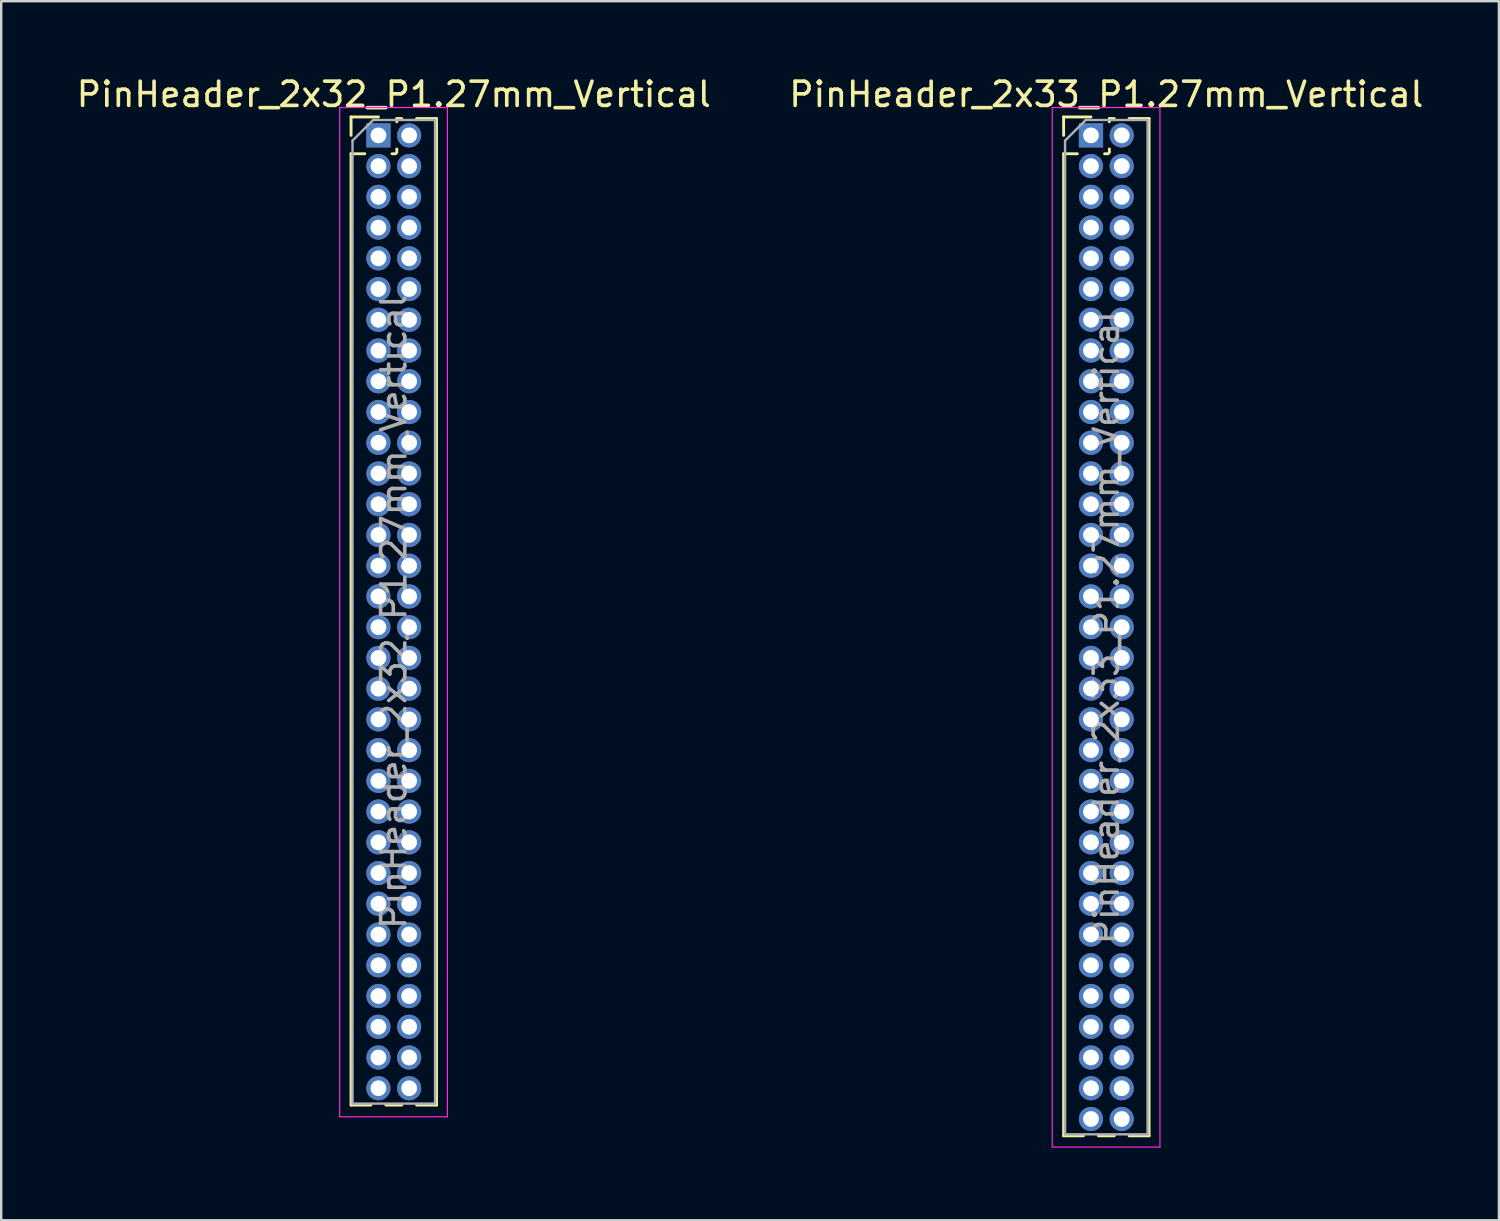
<source format=kicad_pcb>
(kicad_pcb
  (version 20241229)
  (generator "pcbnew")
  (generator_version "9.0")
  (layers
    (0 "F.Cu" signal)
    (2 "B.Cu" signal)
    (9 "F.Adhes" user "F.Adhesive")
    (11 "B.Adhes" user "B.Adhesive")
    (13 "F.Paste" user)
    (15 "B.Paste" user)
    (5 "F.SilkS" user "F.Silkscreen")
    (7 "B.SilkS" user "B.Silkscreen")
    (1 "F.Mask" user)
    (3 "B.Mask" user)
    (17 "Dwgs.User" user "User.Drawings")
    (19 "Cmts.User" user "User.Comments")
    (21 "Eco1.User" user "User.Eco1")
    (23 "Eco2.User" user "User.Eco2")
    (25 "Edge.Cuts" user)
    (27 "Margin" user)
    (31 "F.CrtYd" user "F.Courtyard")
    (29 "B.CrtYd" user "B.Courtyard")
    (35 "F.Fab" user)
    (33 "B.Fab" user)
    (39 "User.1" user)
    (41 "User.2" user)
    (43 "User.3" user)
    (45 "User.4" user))
  (footprint "PinHeader_2x33_P1.27mm_Vertical"
    (layer "F.Cu")
    (at 42.026 2.543)
    (property "Reference" "PinHeader_2x33_P1.27mm_Vertical" (at 0.635 -1.695 0) (layer "F.SilkS") (effects (font (size 1 1) (thickness 0.15))))
    (attr through_hole)
    (fp_line (start -1.13 -0.76) (end 0 -0.76) (stroke (width 0.12) (type solid)) (layer "F.SilkS"))
    (fp_line (start -1.13 0) (end -1.13 -0.76) (stroke (width 0.12) (type solid)) (layer "F.SilkS"))
    (fp_line (start -1.13 0.76) (end -1.13 41.335) (stroke (width 0.12) (type solid)) (layer "F.SilkS"))
    (fp_line (start -1.13 0.76) (end -0.563 0.76) (stroke (width 0.12) (type solid)) (layer "F.SilkS"))
    (fp_line (start -1.13 41.335) (end -0.308 41.335) (stroke (width 0.12) (type solid)) (layer "F.SilkS"))
    (fp_line (start 0.308 41.335) (end 0.962 41.335) (stroke (width 0.12) (type solid)) (layer "F.SilkS"))
    (fp_line (start 0.563 0.76) (end 0.707 0.76) (stroke (width 0.12) (type solid)) (layer "F.SilkS"))
    (fp_line (start 0.76 -0.695) (end 0.962 -0.695) (stroke (width 0.12) (type solid)) (layer "F.SilkS"))
    (fp_line (start 0.76 -0.563) (end 0.76 -0.695) (stroke (width 0.12) (type solid)) (layer "F.SilkS"))
    (fp_line (start 0.76 0.707) (end 0.76 0.563) (stroke (width 0.12) (type solid)) (layer "F.SilkS"))
    (fp_line (start 1.578 -0.695) (end 2.4 -0.695) (stroke (width 0.12) (type solid)) (layer "F.SilkS"))
    (fp_line (start 1.578 41.335) (end 2.4 41.335) (stroke (width 0.12) (type solid)) (layer "F.SilkS"))
    (fp_line (start 2.4 -0.695) (end 2.4 41.335) (stroke (width 0.12) (type solid)) (layer "F.SilkS"))
    (fp_line (start -1.6 -1.15) (end -1.6 41.8) (stroke (width 0.05) (type solid)) (layer "F.CrtYd"))
    (fp_line (start -1.6 41.8) (end 2.85 41.8) (stroke (width 0.05) (type solid)) (layer "F.CrtYd"))
    (fp_line (start 2.85 -1.15) (end -1.6 -1.15) (stroke (width 0.05) (type solid)) (layer "F.CrtYd"))
    (fp_line (start 2.85 41.8) (end 2.85 -1.15) (stroke (width 0.05) (type solid)) (layer "F.CrtYd"))
    (fp_line (start -1.07 0.217) (end -0.217 -0.635) (stroke (width 0.1) (type solid)) (layer "F.Fab"))
    (fp_line (start -1.07 41.275) (end -1.07 0.217) (stroke (width 0.1) (type solid)) (layer "F.Fab"))
    (fp_line (start -0.217 -0.635) (end 2.34 -0.635) (stroke (width 0.1) (type solid)) (layer "F.Fab"))
    (fp_line (start 2.34 -0.635) (end 2.34 41.275) (stroke (width 0.1) (type solid)) (layer "F.Fab"))
    (fp_line (start 2.34 41.275) (end -1.07 41.275) (stroke (width 0.1) (type solid)) (layer "F.Fab"))
    (fp_text user "${REFERENCE}" (at 0.635 20.32 90) (layer "F.Fab") (effects (font (size 1 1) (thickness 0.15))))
    (pad "1" thru_hole rect (at 0 0) (size 1 1) (drill 0.65) (layers "*.Cu" "*.Mask"))
    (pad "2" thru_hole oval (at 1.27 0) (size 1 1) (drill 0.65) (layers "*.Cu" "*.Mask"))
    (pad "3" thru_hole oval (at 0 1.27) (size 1 1) (drill 0.65) (layers "*.Cu" "*.Mask"))
    (pad "4" thru_hole oval (at 1.27 1.27) (size 1 1) (drill 0.65) (layers "*.Cu" "*.Mask"))
    (pad "5" thru_hole oval (at 0 2.54) (size 1 1) (drill 0.65) (layers "*.Cu" "*.Mask"))
    (pad "6" thru_hole oval (at 1.27 2.54) (size 1 1) (drill 0.65) (layers "*.Cu" "*.Mask"))
    (pad "7" thru_hole oval (at 0 3.81) (size 1 1) (drill 0.65) (layers "*.Cu" "*.Mask"))
    (pad "8" thru_hole oval (at 1.27 3.81) (size 1 1) (drill 0.65) (layers "*.Cu" "*.Mask"))
    (pad "9" thru_hole oval (at 0 5.08) (size 1 1) (drill 0.65) (layers "*.Cu" "*.Mask"))
    (pad "10" thru_hole oval (at 1.27 5.08) (size 1 1) (drill 0.65) (layers "*.Cu" "*.Mask"))
    (pad "11" thru_hole oval (at 0 6.35) (size 1 1) (drill 0.65) (layers "*.Cu" "*.Mask"))
    (pad "12" thru_hole oval (at 1.27 6.35) (size 1 1) (drill 0.65) (layers "*.Cu" "*.Mask"))
    (pad "13" thru_hole oval (at 0 7.62) (size 1 1) (drill 0.65) (layers "*.Cu" "*.Mask"))
    (pad "14" thru_hole oval (at 1.27 7.62) (size 1 1) (drill 0.65) (layers "*.Cu" "*.Mask"))
    (pad "15" thru_hole oval (at 0 8.89) (size 1 1) (drill 0.65) (layers "*.Cu" "*.Mask"))
    (pad "16" thru_hole oval (at 1.27 8.89) (size 1 1) (drill 0.65) (layers "*.Cu" "*.Mask"))
    (pad "17" thru_hole oval (at 0 10.16) (size 1 1) (drill 0.65) (layers "*.Cu" "*.Mask"))
    (pad "18" thru_hole oval (at 1.27 10.16) (size 1 1) (drill 0.65) (layers "*.Cu" "*.Mask"))
    (pad "19" thru_hole oval (at 0 11.43) (size 1 1) (drill 0.65) (layers "*.Cu" "*.Mask"))
    (pad "20" thru_hole oval (at 1.27 11.43) (size 1 1) (drill 0.65) (layers "*.Cu" "*.Mask"))
    (pad "21" thru_hole oval (at 0 12.7) (size 1 1) (drill 0.65) (layers "*.Cu" "*.Mask"))
    (pad "22" thru_hole oval (at 1.27 12.7) (size 1 1) (drill 0.65) (layers "*.Cu" "*.Mask"))
    (pad "23" thru_hole oval (at 0 13.97) (size 1 1) (drill 0.65) (layers "*.Cu" "*.Mask"))
    (pad "24" thru_hole oval (at 1.27 13.97) (size 1 1) (drill 0.65) (layers "*.Cu" "*.Mask"))
    (pad "25" thru_hole oval (at 0 15.24) (size 1 1) (drill 0.65) (layers "*.Cu" "*.Mask"))
    (pad "26" thru_hole oval (at 1.27 15.24) (size 1 1) (drill 0.65) (layers "*.Cu" "*.Mask"))
    (pad "27" thru_hole oval (at 0 16.51) (size 1 1) (drill 0.65) (layers "*.Cu" "*.Mask"))
    (pad "28" thru_hole oval (at 1.27 16.51) (size 1 1) (drill 0.65) (layers "*.Cu" "*.Mask"))
    (pad "29" thru_hole oval (at 0 17.78) (size 1 1) (drill 0.65) (layers "*.Cu" "*.Mask"))
    (pad "30" thru_hole oval (at 1.27 17.78) (size 1 1) (drill 0.65) (layers "*.Cu" "*.Mask"))
    (pad "31" thru_hole oval (at 0 19.05) (size 1 1) (drill 0.65) (layers "*.Cu" "*.Mask"))
    (pad "32" thru_hole oval (at 1.27 19.05) (size 1 1) (drill 0.65) (layers "*.Cu" "*.Mask"))
    (pad "33" thru_hole oval (at 0 20.32) (size 1 1) (drill 0.65) (layers "*.Cu" "*.Mask"))
    (pad "34" thru_hole oval (at 1.27 20.32) (size 1 1) (drill 0.65) (layers "*.Cu" "*.Mask"))
    (pad "35" thru_hole oval (at 0 21.59) (size 1 1) (drill 0.65) (layers "*.Cu" "*.Mask"))
    (pad "36" thru_hole oval (at 1.27 21.59) (size 1 1) (drill 0.65) (layers "*.Cu" "*.Mask"))
    (pad "37" thru_hole oval (at 0 22.86) (size 1 1) (drill 0.65) (layers "*.Cu" "*.Mask"))
    (pad "38" thru_hole oval (at 1.27 22.86) (size 1 1) (drill 0.65) (layers "*.Cu" "*.Mask"))
    (pad "39" thru_hole oval (at 0 24.13) (size 1 1) (drill 0.65) (layers "*.Cu" "*.Mask"))
    (pad "40" thru_hole oval (at 1.27 24.13) (size 1 1) (drill 0.65) (layers "*.Cu" "*.Mask"))
    (pad "41" thru_hole oval (at 0 25.4) (size 1 1) (drill 0.65) (layers "*.Cu" "*.Mask"))
    (pad "42" thru_hole oval (at 1.27 25.4) (size 1 1) (drill 0.65) (layers "*.Cu" "*.Mask"))
    (pad "43" thru_hole oval (at 0 26.67) (size 1 1) (drill 0.65) (layers "*.Cu" "*.Mask"))
    (pad "44" thru_hole oval (at 1.27 26.67) (size 1 1) (drill 0.65) (layers "*.Cu" "*.Mask"))
    (pad "45" thru_hole oval (at 0 27.94) (size 1 1) (drill 0.65) (layers "*.Cu" "*.Mask"))
    (pad "46" thru_hole oval (at 1.27 27.94) (size 1 1) (drill 0.65) (layers "*.Cu" "*.Mask"))
    (pad "47" thru_hole oval (at 0 29.21) (size 1 1) (drill 0.65) (layers "*.Cu" "*.Mask"))
    (pad "48" thru_hole oval (at 1.27 29.21) (size 1 1) (drill 0.65) (layers "*.Cu" "*.Mask"))
    (pad "49" thru_hole oval (at 0 30.48) (size 1 1) (drill 0.65) (layers "*.Cu" "*.Mask"))
    (pad "50" thru_hole oval (at 1.27 30.48) (size 1 1) (drill 0.65) (layers "*.Cu" "*.Mask"))
    (pad "51" thru_hole oval (at 0 31.75) (size 1 1) (drill 0.65) (layers "*.Cu" "*.Mask"))
    (pad "52" thru_hole oval (at 1.27 31.75) (size 1 1) (drill 0.65) (layers "*.Cu" "*.Mask"))
    (pad "53" thru_hole oval (at 0 33.02) (size 1 1) (drill 0.65) (layers "*.Cu" "*.Mask"))
    (pad "54" thru_hole oval (at 1.27 33.02) (size 1 1) (drill 0.65) (layers "*.Cu" "*.Mask"))
    (pad "55" thru_hole oval (at 0 34.29) (size 1 1) (drill 0.65) (layers "*.Cu" "*.Mask"))
    (pad "56" thru_hole oval (at 1.27 34.29) (size 1 1) (drill 0.65) (layers "*.Cu" "*.Mask"))
    (pad "57" thru_hole oval (at 0 35.56) (size 1 1) (drill 0.65) (layers "*.Cu" "*.Mask"))
    (pad "58" thru_hole oval (at 1.27 35.56) (size 1 1) (drill 0.65) (layers "*.Cu" "*.Mask"))
    (pad "59" thru_hole oval (at 0 36.83) (size 1 1) (drill 0.65) (layers "*.Cu" "*.Mask"))
    (pad "60" thru_hole oval (at 1.27 36.83) (size 1 1) (drill 0.65) (layers "*.Cu" "*.Mask"))
    (pad "61" thru_hole oval (at 0 38.1) (size 1 1) (drill 0.65) (layers "*.Cu" "*.Mask"))
    (pad "62" thru_hole oval (at 1.27 38.1) (size 1 1) (drill 0.65) (layers "*.Cu" "*.Mask"))
    (pad "63" thru_hole oval (at 0 39.37) (size 1 1) (drill 0.65) (layers "*.Cu" "*.Mask"))
    (pad "64" thru_hole oval (at 1.27 39.37) (size 1 1) (drill 0.65) (layers "*.Cu" "*.Mask"))
    (pad "65" thru_hole oval (at 0 40.64) (size 1 1) (drill 0.65) (layers "*.Cu" "*.Mask"))
    (pad "66" thru_hole oval (at 1.27 40.64) (size 1 1) (drill 0.65) (layers "*.Cu" "*.Mask")))
  (footprint "PinHeader_2x32_P1.27mm_Vertical"
    (layer "F.Cu")
    (at 12.585 2.543)
    (property "Reference" "PinHeader_2x32_P1.27mm_Vertical" (at 0.635 -1.695 0) (layer "F.SilkS") (effects (font (size 1 1) (thickness 0.15))))
    (attr through_hole)
    (fp_line (start -1.13 -0.76) (end 0 -0.76) (stroke (width 0.12) (type solid)) (layer "F.SilkS"))
    (fp_line (start -1.13 0) (end -1.13 -0.76) (stroke (width 0.12) (type solid)) (layer "F.SilkS"))
    (fp_line (start -1.13 0.76) (end -1.13 40.065) (stroke (width 0.12) (type solid)) (layer "F.SilkS"))
    (fp_line (start -1.13 0.76) (end -0.563 0.76) (stroke (width 0.12) (type solid)) (layer "F.SilkS"))
    (fp_line (start -1.13 40.065) (end -0.308 40.065) (stroke (width 0.12) (type solid)) (layer "F.SilkS"))
    (fp_line (start 0.308 40.065) (end 0.962 40.065) (stroke (width 0.12) (type solid)) (layer "F.SilkS"))
    (fp_line (start 0.563 0.76) (end 0.707 0.76) (stroke (width 0.12) (type solid)) (layer "F.SilkS"))
    (fp_line (start 0.76 -0.695) (end 0.962 -0.695) (stroke (width 0.12) (type solid)) (layer "F.SilkS"))
    (fp_line (start 0.76 -0.563) (end 0.76 -0.695) (stroke (width 0.12) (type solid)) (layer "F.SilkS"))
    (fp_line (start 0.76 0.707) (end 0.76 0.563) (stroke (width 0.12) (type solid)) (layer "F.SilkS"))
    (fp_line (start 1.578 -0.695) (end 2.4 -0.695) (stroke (width 0.12) (type solid)) (layer "F.SilkS"))
    (fp_line (start 1.578 40.065) (end 2.4 40.065) (stroke (width 0.12) (type solid)) (layer "F.SilkS"))
    (fp_line (start 2.4 -0.695) (end 2.4 40.065) (stroke (width 0.12) (type solid)) (layer "F.SilkS"))
    (fp_line (start -1.6 -1.15) (end -1.6 40.55) (stroke (width 0.05) (type solid)) (layer "F.CrtYd"))
    (fp_line (start -1.6 40.55) (end 2.85 40.55) (stroke (width 0.05) (type solid)) (layer "F.CrtYd"))
    (fp_line (start 2.85 -1.15) (end -1.6 -1.15) (stroke (width 0.05) (type solid)) (layer "F.CrtYd"))
    (fp_line (start 2.85 40.55) (end 2.85 -1.15) (stroke (width 0.05) (type solid)) (layer "F.CrtYd"))
    (fp_line (start -1.07 0.217) (end -0.217 -0.635) (stroke (width 0.1) (type solid)) (layer "F.Fab"))
    (fp_line (start -1.07 40.005) (end -1.07 0.217) (stroke (width 0.1) (type solid)) (layer "F.Fab"))
    (fp_line (start -0.217 -0.635) (end 2.34 -0.635) (stroke (width 0.1) (type solid)) (layer "F.Fab"))
    (fp_line (start 2.34 -0.635) (end 2.34 40.005) (stroke (width 0.1) (type solid)) (layer "F.Fab"))
    (fp_line (start 2.34 40.005) (end -1.07 40.005) (stroke (width 0.1) (type solid)) (layer "F.Fab"))
    (fp_text user "${REFERENCE}" (at 0.635 19.685 90) (layer "F.Fab") (effects (font (size 1 1) (thickness 0.15))))
    (pad "1" thru_hole rect (at 0 0) (size 1 1) (drill 0.65) (layers "*.Cu" "*.Mask"))
    (pad "2" thru_hole oval (at 1.27 0) (size 1 1) (drill 0.65) (layers "*.Cu" "*.Mask"))
    (pad "3" thru_hole oval (at 0 1.27) (size 1 1) (drill 0.65) (layers "*.Cu" "*.Mask"))
    (pad "4" thru_hole oval (at 1.27 1.27) (size 1 1) (drill 0.65) (layers "*.Cu" "*.Mask"))
    (pad "5" thru_hole oval (at 0 2.54) (size 1 1) (drill 0.65) (layers "*.Cu" "*.Mask"))
    (pad "6" thru_hole oval (at 1.27 2.54) (size 1 1) (drill 0.65) (layers "*.Cu" "*.Mask"))
    (pad "7" thru_hole oval (at 0 3.81) (size 1 1) (drill 0.65) (layers "*.Cu" "*.Mask"))
    (pad "8" thru_hole oval (at 1.27 3.81) (size 1 1) (drill 0.65) (layers "*.Cu" "*.Mask"))
    (pad "9" thru_hole oval (at 0 5.08) (size 1 1) (drill 0.65) (layers "*.Cu" "*.Mask"))
    (pad "10" thru_hole oval (at 1.27 5.08) (size 1 1) (drill 0.65) (layers "*.Cu" "*.Mask"))
    (pad "11" thru_hole oval (at 0 6.35) (size 1 1) (drill 0.65) (layers "*.Cu" "*.Mask"))
    (pad "12" thru_hole oval (at 1.27 6.35) (size 1 1) (drill 0.65) (layers "*.Cu" "*.Mask"))
    (pad "13" thru_hole oval (at 0 7.62) (size 1 1) (drill 0.65) (layers "*.Cu" "*.Mask"))
    (pad "14" thru_hole oval (at 1.27 7.62) (size 1 1) (drill 0.65) (layers "*.Cu" "*.Mask"))
    (pad "15" thru_hole oval (at 0 8.89) (size 1 1) (drill 0.65) (layers "*.Cu" "*.Mask"))
    (pad "16" thru_hole oval (at 1.27 8.89) (size 1 1) (drill 0.65) (layers "*.Cu" "*.Mask"))
    (pad "17" thru_hole oval (at 0 10.16) (size 1 1) (drill 0.65) (layers "*.Cu" "*.Mask"))
    (pad "18" thru_hole oval (at 1.27 10.16) (size 1 1) (drill 0.65) (layers "*.Cu" "*.Mask"))
    (pad "19" thru_hole oval (at 0 11.43) (size 1 1) (drill 0.65) (layers "*.Cu" "*.Mask"))
    (pad "20" thru_hole oval (at 1.27 11.43) (size 1 1) (drill 0.65) (layers "*.Cu" "*.Mask"))
    (pad "21" thru_hole oval (at 0 12.7) (size 1 1) (drill 0.65) (layers "*.Cu" "*.Mask"))
    (pad "22" thru_hole oval (at 1.27 12.7) (size 1 1) (drill 0.65) (layers "*.Cu" "*.Mask"))
    (pad "23" thru_hole oval (at 0 13.97) (size 1 1) (drill 0.65) (layers "*.Cu" "*.Mask"))
    (pad "24" thru_hole oval (at 1.27 13.97) (size 1 1) (drill 0.65) (layers "*.Cu" "*.Mask"))
    (pad "25" thru_hole oval (at 0 15.24) (size 1 1) (drill 0.65) (layers "*.Cu" "*.Mask"))
    (pad "26" thru_hole oval (at 1.27 15.24) (size 1 1) (drill 0.65) (layers "*.Cu" "*.Mask"))
    (pad "27" thru_hole oval (at 0 16.51) (size 1 1) (drill 0.65) (layers "*.Cu" "*.Mask"))
    (pad "28" thru_hole oval (at 1.27 16.51) (size 1 1) (drill 0.65) (layers "*.Cu" "*.Mask"))
    (pad "29" thru_hole oval (at 0 17.78) (size 1 1) (drill 0.65) (layers "*.Cu" "*.Mask"))
    (pad "30" thru_hole oval (at 1.27 17.78) (size 1 1) (drill 0.65) (layers "*.Cu" "*.Mask"))
    (pad "31" thru_hole oval (at 0 19.05) (size 1 1) (drill 0.65) (layers "*.Cu" "*.Mask"))
    (pad "32" thru_hole oval (at 1.27 19.05) (size 1 1) (drill 0.65) (layers "*.Cu" "*.Mask"))
    (pad "33" thru_hole oval (at 0 20.32) (size 1 1) (drill 0.65) (layers "*.Cu" "*.Mask"))
    (pad "34" thru_hole oval (at 1.27 20.32) (size 1 1) (drill 0.65) (layers "*.Cu" "*.Mask"))
    (pad "35" thru_hole oval (at 0 21.59) (size 1 1) (drill 0.65) (layers "*.Cu" "*.Mask"))
    (pad "36" thru_hole oval (at 1.27 21.59) (size 1 1) (drill 0.65) (layers "*.Cu" "*.Mask"))
    (pad "37" thru_hole oval (at 0 22.86) (size 1 1) (drill 0.65) (layers "*.Cu" "*.Mask"))
    (pad "38" thru_hole oval (at 1.27 22.86) (size 1 1) (drill 0.65) (layers "*.Cu" "*.Mask"))
    (pad "39" thru_hole oval (at 0 24.13) (size 1 1) (drill 0.65) (layers "*.Cu" "*.Mask"))
    (pad "40" thru_hole oval (at 1.27 24.13) (size 1 1) (drill 0.65) (layers "*.Cu" "*.Mask"))
    (pad "41" thru_hole oval (at 0 25.4) (size 1 1) (drill 0.65) (layers "*.Cu" "*.Mask"))
    (pad "42" thru_hole oval (at 1.27 25.4) (size 1 1) (drill 0.65) (layers "*.Cu" "*.Mask"))
    (pad "43" thru_hole oval (at 0 26.67) (size 1 1) (drill 0.65) (layers "*.Cu" "*.Mask"))
    (pad "44" thru_hole oval (at 1.27 26.67) (size 1 1) (drill 0.65) (layers "*.Cu" "*.Mask"))
    (pad "45" thru_hole oval (at 0 27.94) (size 1 1) (drill 0.65) (layers "*.Cu" "*.Mask"))
    (pad "46" thru_hole oval (at 1.27 27.94) (size 1 1) (drill 0.65) (layers "*.Cu" "*.Mask"))
    (pad "47" thru_hole oval (at 0 29.21) (size 1 1) (drill 0.65) (layers "*.Cu" "*.Mask"))
    (pad "48" thru_hole oval (at 1.27 29.21) (size 1 1) (drill 0.65) (layers "*.Cu" "*.Mask"))
    (pad "49" thru_hole oval (at 0 30.48) (size 1 1) (drill 0.65) (layers "*.Cu" "*.Mask"))
    (pad "50" thru_hole oval (at 1.27 30.48) (size 1 1) (drill 0.65) (layers "*.Cu" "*.Mask"))
    (pad "51" thru_hole oval (at 0 31.75) (size 1 1) (drill 0.65) (layers "*.Cu" "*.Mask"))
    (pad "52" thru_hole oval (at 1.27 31.75) (size 1 1) (drill 0.65) (layers "*.Cu" "*.Mask"))
    (pad "53" thru_hole oval (at 0 33.02) (size 1 1) (drill 0.65) (layers "*.Cu" "*.Mask"))
    (pad "54" thru_hole oval (at 1.27 33.02) (size 1 1) (drill 0.65) (layers "*.Cu" "*.Mask"))
    (pad "55" thru_hole oval (at 0 34.29) (size 1 1) (drill 0.65) (layers "*.Cu" "*.Mask"))
    (pad "56" thru_hole oval (at 1.27 34.29) (size 1 1) (drill 0.65) (layers "*.Cu" "*.Mask"))
    (pad "57" thru_hole oval (at 0 35.56) (size 1 1) (drill 0.65) (layers "*.Cu" "*.Mask"))
    (pad "58" thru_hole oval (at 1.27 35.56) (size 1 1) (drill 0.65) (layers "*.Cu" "*.Mask"))
    (pad "59" thru_hole oval (at 0 36.83) (size 1 1) (drill 0.65) (layers "*.Cu" "*.Mask"))
    (pad "60" thru_hole oval (at 1.27 36.83) (size 1 1) (drill 0.65) (layers "*.Cu" "*.Mask"))
    (pad "61" thru_hole oval (at 0 38.1) (size 1 1) (drill 0.65) (layers "*.Cu" "*.Mask"))
    (pad "62" thru_hole oval (at 1.27 38.1) (size 1 1) (drill 0.65) (layers "*.Cu" "*.Mask"))
    (pad "63" thru_hole oval (at 0 39.37) (size 1 1) (drill 0.65) (layers "*.Cu" "*.Mask"))
    (pad "64" thru_hole oval (at 1.27 39.37) (size 1 1) (drill 0.65) (layers "*.Cu" "*.Mask")))
  (gr_rect
    (start -3 -3)
    (end 58.881 47.368)
    (stroke (width 0.1) (type default))
    (fill no)
    (layer "Edge.Cuts")))
</source>
